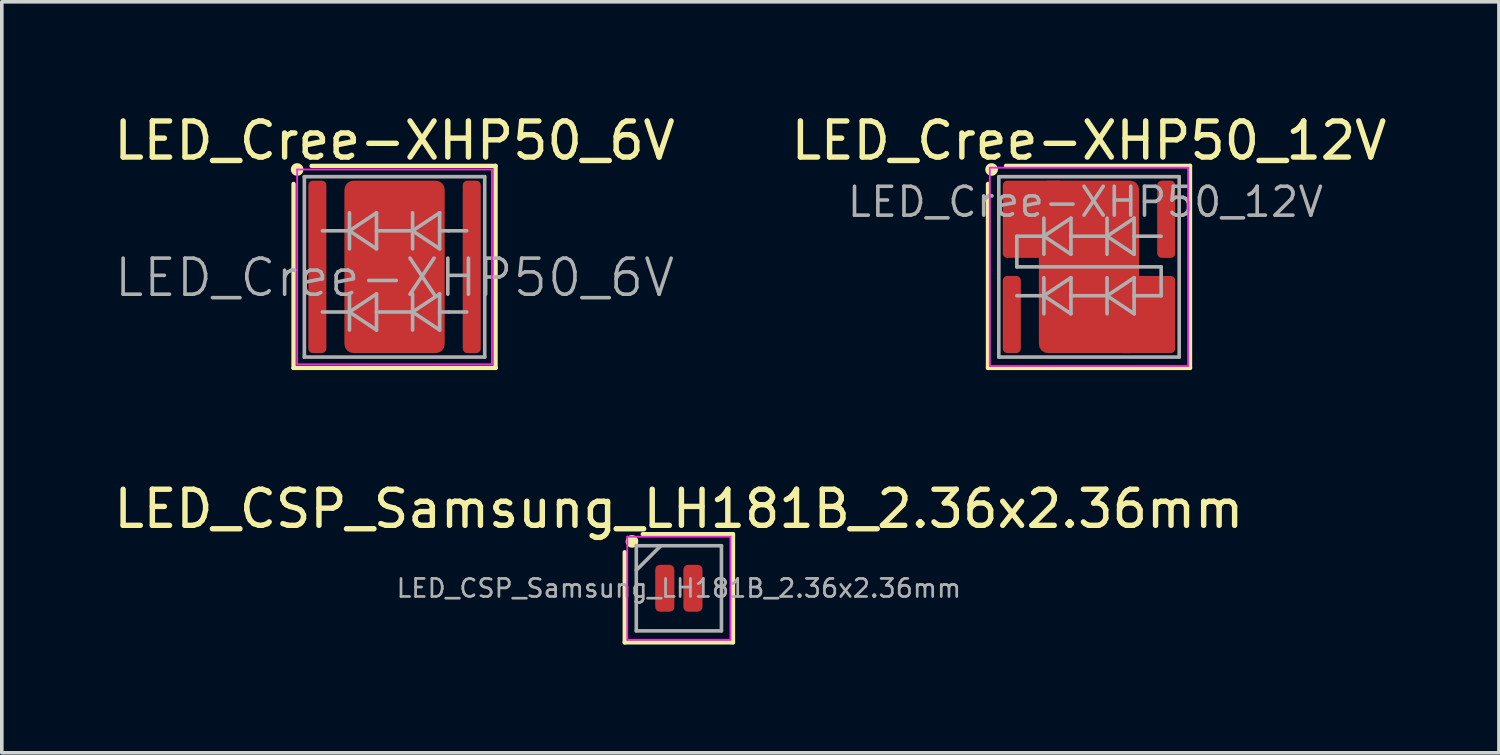
<source format=kicad_pcb>
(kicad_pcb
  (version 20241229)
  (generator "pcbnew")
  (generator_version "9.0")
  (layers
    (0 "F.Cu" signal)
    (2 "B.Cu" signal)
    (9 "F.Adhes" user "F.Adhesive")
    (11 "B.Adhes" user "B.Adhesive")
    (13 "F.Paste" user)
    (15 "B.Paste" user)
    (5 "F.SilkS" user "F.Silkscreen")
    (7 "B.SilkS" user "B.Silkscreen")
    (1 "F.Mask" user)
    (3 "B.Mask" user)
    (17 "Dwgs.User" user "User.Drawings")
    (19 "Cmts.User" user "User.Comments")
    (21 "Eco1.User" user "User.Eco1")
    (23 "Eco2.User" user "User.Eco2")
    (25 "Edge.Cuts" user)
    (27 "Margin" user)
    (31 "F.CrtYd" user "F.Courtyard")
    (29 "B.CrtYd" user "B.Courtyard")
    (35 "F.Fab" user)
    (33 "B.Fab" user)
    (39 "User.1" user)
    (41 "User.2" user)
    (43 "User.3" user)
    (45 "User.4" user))
  (footprint "LED_Cree-XHP50_6V"
    (layer "F.Cu")
    (at 7.887 4.348)
    (property "Reference" "LED_Cree-XHP50_6V" (at 0 -3.5 0) (layer "F.SilkS") (effects (font (size 1 1) (thickness 0.15))))
    (attr smd)
    (fp_line (start -2.8 -2.3) (end -2.8 2.8) (stroke (width 0.12) (type default)) (layer "F.SilkS"))
    (fp_line (start -2.8 2.8) (end 2.8 2.8) (stroke (width 0.12) (type default)) (layer "F.SilkS"))
    (fp_line (start 2.8 -2.8) (end -2.3 -2.8) (stroke (width 0.12) (type default)) (layer "F.SilkS"))
    (fp_line (start 2.8 2.8) (end 2.8 -2.8) (stroke (width 0.12) (type default)) (layer "F.SilkS"))
    (fp_circle (center -2.7 -2.7) (end -2.6 -2.7) (stroke (width 0.15) (type solid)) (fill yes) (layer "F.SilkS"))
    (fp_line (start -2.7 -2.7) (end -2.7 2.7) (stroke (width 0.05) (type solid)) (layer "F.CrtYd"))
    (fp_line (start -2.7 2.7) (end 2.7 2.7) (stroke (width 0.05) (type solid)) (layer "F.CrtYd"))
    (fp_line (start 2.7 -2.7) (end -2.7 -2.7) (stroke (width 0.05) (type solid)) (layer "F.CrtYd"))
    (fp_line (start 2.7 2.7) (end 2.7 -2.7) (stroke (width 0.05) (type solid)) (layer "F.CrtYd"))
    (fp_line (start -2.5 -2.5) (end 2.5 -2.5) (stroke (width 0.1) (type solid)) (layer "F.Fab"))
    (fp_line (start -2.5 2.5) (end -2.5 -2.5) (stroke (width 0.1) (type solid)) (layer "F.Fab"))
    (fp_line (start -2 -1) (end -1.25 -1) (stroke (width 0.1) (type solid)) (layer "F.Fab"))
    (fp_line (start -2 1.25) (end -1.25 1.25) (stroke (width 0.1) (type solid)) (layer "F.Fab"))
    (fp_line (start -1.25 -1) (end -1.25 -1.5) (stroke (width 0.1) (type solid)) (layer "F.Fab"))
    (fp_line (start -1.25 -1) (end -1.25 -0.5) (stroke (width 0.1) (type solid)) (layer "F.Fab"))
    (fp_line (start -1.25 -1) (end -0.5 -1.5) (stroke (width 0.1) (type solid)) (layer "F.Fab"))
    (fp_line (start -1.25 1.25) (end -1.25 0.75) (stroke (width 0.1) (type solid)) (layer "F.Fab"))
    (fp_line (start -1.25 1.25) (end -1.25 1.75) (stroke (width 0.1) (type solid)) (layer "F.Fab"))
    (fp_line (start -1.25 1.25) (end -0.5 0.75) (stroke (width 0.1) (type solid)) (layer "F.Fab"))
    (fp_line (start -0.5 -1.5) (end -0.5 -0.5) (stroke (width 0.1) (type solid)) (layer "F.Fab"))
    (fp_line (start -0.5 -0.5) (end -1.25 -1) (stroke (width 0.1) (type solid)) (layer "F.Fab"))
    (fp_line (start -0.5 0.75) (end -0.5 1.75) (stroke (width 0.1) (type solid)) (layer "F.Fab"))
    (fp_line (start -0.5 1.75) (end -1.25 1.25) (stroke (width 0.1) (type solid)) (layer "F.Fab"))
    (fp_line (start 0.5 -1.5) (end 0.5 -0.5) (stroke (width 0.1) (type solid)) (layer "F.Fab"))
    (fp_line (start 0.5 -1) (end -0.5 -1) (stroke (width 0.1) (type solid)) (layer "F.Fab"))
    (fp_line (start 0.5 -1) (end 1.25 -0.5) (stroke (width 0.1) (type solid)) (layer "F.Fab"))
    (fp_line (start 0.5 0.75) (end 0.5 1.75) (stroke (width 0.1) (type solid)) (layer "F.Fab"))
    (fp_line (start 0.5 1.25) (end -0.5 1.25) (stroke (width 0.1) (type solid)) (layer "F.Fab"))
    (fp_line (start 0.5 1.25) (end 1.25 1.75) (stroke (width 0.1) (type solid)) (layer "F.Fab"))
    (fp_line (start 1.25 -1.5) (end 0.5 -1) (stroke (width 0.1) (type solid)) (layer "F.Fab"))
    (fp_line (start 1.25 -1) (end 1.25 -1.5) (stroke (width 0.1) (type solid)) (layer "F.Fab"))
    (fp_line (start 1.25 -0.5) (end 1.25 -1) (stroke (width 0.1) (type solid)) (layer "F.Fab"))
    (fp_line (start 1.25 0.75) (end 0.5 1.25) (stroke (width 0.1) (type solid)) (layer "F.Fab"))
    (fp_line (start 1.25 1.25) (end 1.25 0.75) (stroke (width 0.1) (type solid)) (layer "F.Fab"))
    (fp_line (start 1.25 1.75) (end 1.25 1.25) (stroke (width 0.1) (type solid)) (layer "F.Fab"))
    (fp_line (start 1.5 -1) (end 1.25 -1) (stroke (width 0.1) (type solid)) (layer "F.Fab"))
    (fp_line (start 1.5 -1) (end 2 -1) (stroke (width 0.1) (type solid)) (layer "F.Fab"))
    (fp_line (start 1.5 1.25) (end 1.25 1.25) (stroke (width 0.1) (type solid)) (layer "F.Fab"))
    (fp_line (start 1.5 1.25) (end 2 1.25) (stroke (width 0.1) (type solid)) (layer "F.Fab"))
    (fp_line (start 2.5 -2.5) (end 2.5 2.5) (stroke (width 0.1) (type solid)) (layer "F.Fab"))
    (fp_line (start 2.5 2.5) (end -2.5 2.5) (stroke (width 0.1) (type solid)) (layer "F.Fab"))
    (fp_text user "${REFERENCE}" (at 0 0.3 0) (layer "F.Fab") (effects (font (size 1 1) (thickness 0.1))))
    (pad "" smd roundrect (at -2.138 -1.275) (size 0.425 2.05) (layers "F.Paste") (roundrect_rratio 0.25))
    (pad "" smd roundrect (at -2.138 1.275) (size 0.425 2.05) (layers "F.Paste") (roundrect_rratio 0.25))
    (pad "" smd roundrect (at -0.61 -1.575) (size 0.97 0.8) (layers "F.Paste") (roundrect_rratio 0.25))
    (pad "" smd roundrect (at -0.61 -0.525) (size 0.97 0.8) (layers "F.Paste") (roundrect_rratio 0.25))
    (pad "" smd roundrect (at -0.61 0.525) (size 0.97 0.8) (layers "F.Paste") (roundrect_rratio 0.25))
    (pad "" smd roundrect (at -0.61 1.575) (size 0.97 0.8) (layers "F.Paste") (roundrect_rratio 0.25))
    (pad "" smd roundrect (at 0.61 -1.575) (size 0.97 0.8) (layers "F.Paste") (roundrect_rratio 0.25))
    (pad "" smd roundrect (at 0.61 -0.525) (size 0.97 0.8) (layers "F.Paste") (roundrect_rratio 0.25))
    (pad "" smd roundrect (at 0.61 0.525) (size 0.97 0.8) (layers "F.Paste") (roundrect_rratio 0.25))
    (pad "" smd roundrect (at 0.61 1.575) (size 0.97 0.8) (layers "F.Paste") (roundrect_rratio 0.25))
    (pad "" smd roundrect (at 2.138 -1.275) (size 0.425 2.05) (layers "F.Paste") (roundrect_rratio 0.25))
    (pad "" smd roundrect (at 2.138 1.275) (size 0.425 2.05) (layers "F.Paste") (roundrect_rratio 0.25))
    (pad "1" smd roundrect (at -2.14 0) (size 0.5 4.78) (layers "F.Cu" "F.Mask") (roundrect_rratio 0.25))
    (pad "2" smd roundrect (at 2.14 0) (size 0.5 4.78) (layers "F.Cu" "F.Mask") (roundrect_rratio 0.25))
    (pad "3" smd roundrect (at 0 0) (size 2.78 4.78) (layers "F.Cu" "F.Mask") (roundrect_rratio 0.09)))
  (footprint "LED_Cree-XHP50_12V"
    (layer "F.Cu")
    (at 27.137 4.348)
    (property "Reference" "LED_Cree-XHP50_12V" (at 0 -3.5 0) (layer "F.SilkS") (effects (font (size 1 1) (thickness 0.15))))
    (attr smd)
    (fp_line (start -2.8 2.8) (end -2.8 -2.3) (stroke (width 0.12) (type default)) (layer "F.SilkS"))
    (fp_line (start -2.3 -2.8) (end 2.8 -2.8) (stroke (width 0.12) (type default)) (layer "F.SilkS"))
    (fp_line (start 2.8 -2.8) (end 2.8 2.8) (stroke (width 0.12) (type default)) (layer "F.SilkS"))
    (fp_line (start 2.8 2.8) (end -2.8 2.8) (stroke (width 0.12) (type default)) (layer "F.SilkS"))
    (fp_circle (center -2.7 -2.7) (end -2.6 -2.7) (stroke (width 0.15) (type solid)) (fill yes) (layer "F.SilkS"))
    (fp_line (start -2.75 -2.75) (end -2.75 2.75) (stroke (width 0.05) (type solid)) (layer "F.CrtYd"))
    (fp_line (start -2.75 2.75) (end 2.75 2.75) (stroke (width 0.05) (type solid)) (layer "F.CrtYd"))
    (fp_line (start 2.75 -2.75) (end -2.75 -2.75) (stroke (width 0.05) (type solid)) (layer "F.CrtYd"))
    (fp_line (start 2.75 2.75) (end 2.75 -2.75) (stroke (width 0.05) (type solid)) (layer "F.CrtYd"))
    (fp_line (start -2.5 -2.5) (end 2.5 -2.5) (stroke (width 0.1) (type solid)) (layer "F.Fab"))
    (fp_line (start -2.5 2.5) (end -2.5 -2.5) (stroke (width 0.1) (type solid)) (layer "F.Fab"))
    (fp_line (start -2 -0.85) (end -2 0) (stroke (width 0.1) (type solid)) (layer "F.Fab"))
    (fp_line (start -2 -0.85) (end -1.25 -0.85) (stroke (width 0.1) (type solid)) (layer "F.Fab"))
    (fp_line (start -2 0) (end 2 0) (stroke (width 0.1) (type solid)) (layer "F.Fab"))
    (fp_line (start -2 0.8) (end -1.25 0.8) (stroke (width 0.1) (type solid)) (layer "F.Fab"))
    (fp_line (start -1.25 -0.85) (end -1.25 -1.35) (stroke (width 0.1) (type solid)) (layer "F.Fab"))
    (fp_line (start -1.25 -0.85) (end -1.25 -0.35) (stroke (width 0.1) (type solid)) (layer "F.Fab"))
    (fp_line (start -1.25 -0.85) (end -0.5 -1.35) (stroke (width 0.1) (type solid)) (layer "F.Fab"))
    (fp_line (start -1.25 0.8) (end -1.25 0.3) (stroke (width 0.1) (type solid)) (layer "F.Fab"))
    (fp_line (start -1.25 0.8) (end -1.25 1.3) (stroke (width 0.1) (type solid)) (layer "F.Fab"))
    (fp_line (start -1.25 0.8) (end -0.5 0.3) (stroke (width 0.1) (type solid)) (layer "F.Fab"))
    (fp_line (start -0.5 -1.35) (end -0.5 -0.35) (stroke (width 0.1) (type solid)) (layer "F.Fab"))
    (fp_line (start -0.5 -0.85) (end 0.5 -0.85) (stroke (width 0.1) (type solid)) (layer "F.Fab"))
    (fp_line (start -0.5 -0.35) (end -1.25 -0.85) (stroke (width 0.1) (type solid)) (layer "F.Fab"))
    (fp_line (start -0.5 0.3) (end -0.5 1.3) (stroke (width 0.1) (type solid)) (layer "F.Fab"))
    (fp_line (start -0.5 0.8) (end 0.5 0.8) (stroke (width 0.1) (type solid)) (layer "F.Fab"))
    (fp_line (start -0.5 1.3) (end -1.25 0.8) (stroke (width 0.1) (type solid)) (layer "F.Fab"))
    (fp_line (start 0.5 -1.35) (end 0.5 -0.35) (stroke (width 0.1) (type solid)) (layer "F.Fab"))
    (fp_line (start 0.5 -0.85) (end 1.25 -0.35) (stroke (width 0.1) (type solid)) (layer "F.Fab"))
    (fp_line (start 0.5 0.3) (end 0.5 1.3) (stroke (width 0.1) (type solid)) (layer "F.Fab"))
    (fp_line (start 0.5 0.8) (end 1.25 1.3) (stroke (width 0.1) (type solid)) (layer "F.Fab"))
    (fp_line (start 1.25 -1.35) (end 0.5 -0.85) (stroke (width 0.1) (type solid)) (layer "F.Fab"))
    (fp_line (start 1.25 -0.85) (end 1.25 -1.35) (stroke (width 0.1) (type solid)) (layer "F.Fab"))
    (fp_line (start 1.25 -0.35) (end 1.25 -0.85) (stroke (width 0.1) (type solid)) (layer "F.Fab"))
    (fp_line (start 1.25 0.3) (end 0.5 0.8) (stroke (width 0.1) (type solid)) (layer "F.Fab"))
    (fp_line (start 1.25 0.3) (end 1.25 1.3) (stroke (width 0.1) (type solid)) (layer "F.Fab"))
    (fp_line (start 2 -0.85) (end 1.25 -0.85) (stroke (width 0.1) (type solid)) (layer "F.Fab"))
    (fp_line (start 2 0) (end 2 0.8) (stroke (width 0.1) (type solid)) (layer "F.Fab"))
    (fp_line (start 2 0.8) (end 1.25 0.8) (stroke (width 0.1) (type solid)) (layer "F.Fab"))
    (fp_line (start 2.5 -2.5) (end 2.5 2.5) (stroke (width 0.1) (type solid)) (layer "F.Fab"))
    (fp_line (start 2.5 2.5) (end -2.5 2.5) (stroke (width 0.1) (type solid)) (layer "F.Fab"))
    (fp_text user "${REFERENCE}" (at -0.1 -1.8 0) (layer "F.Fab") (effects (font (size 0.8 0.8) (thickness 0.1))))
    (pad "" smd roundrect (at -2.14 -1.32) (size 0.4 2.04) (layers "F.Paste") (roundrect_rratio 0.25))
    (pad "" smd roundrect (at -0.61 -1.575) (size 0.97 0.8) (layers "F.Paste") (roundrect_rratio 0.25))
    (pad "" smd roundrect (at -0.61 -0.525) (size 0.97 0.8) (layers "F.Paste") (roundrect_rratio 0.25))
    (pad "" smd roundrect (at -0.61 0.525) (size 0.97 0.8) (layers "F.Paste") (roundrect_rratio 0.25))
    (pad "" smd roundrect (at -0.61 1.575) (size 0.97 0.8) (layers "F.Paste") (roundrect_rratio 0.25))
    (pad "" smd roundrect (at 0.61 -1.575) (size 0.97 0.8) (layers "F.Paste") (roundrect_rratio 0.25))
    (pad "" smd roundrect (at 0.61 -0.525) (size 0.97 0.8) (layers "F.Paste") (roundrect_rratio 0.25))
    (pad "" smd roundrect (at 0.61 0.525) (size 0.97 0.8) (layers "F.Paste") (roundrect_rratio 0.25))
    (pad "" smd roundrect (at 0.61 1.575) (size 0.97 0.8) (layers "F.Paste") (roundrect_rratio 0.25))
    (pad "" smd roundrect (at 2.14 1.32) (size 0.4 2.04) (layers "F.Paste") (roundrect_rratio 0.25))
    (pad "1" smd roundrect (at -2.14 1.32) (size 0.5 2.14) (layers "F.Cu" "F.Mask" "F.Paste") (roundrect_rratio 0.25))
    (pad "2" smd roundrect (at 2.14 -1.32) (size 0.5 2.14) (layers "F.Cu" "F.Mask" "F.Paste") (roundrect_rratio 0.25))
    (pad "3" smd roundrect (at -1.545 -1.32) (size 1.69 2.14) (layers "F.Cu" "F.Mask") (roundrect_rratio 0.074))
    (pad "3" smd roundrect (at 0 0) (size 2.78 4.78) (layers "F.Cu" "F.Mask") (roundrect_rratio 0.09))
    (pad "3" smd roundrect (at 1.595 1.32) (size 1.59 2.14) (layers "F.Cu" "F.Mask") (roundrect_rratio 0.079)))
  (footprint "LED_CSP_Samsung_LH181B_2.36x2.36mm"
    (layer "F.Cu")
    (at 15.768 13.257)
    (property "Reference" "LED_CSP_Samsung_LH181B_2.36x2.36mm" (at 0 -2.2 0) (layer "F.SilkS") (effects (font (size 1 1) (thickness 0.15))))
    (attr smd)
    (fp_line (start -1.5 -1) (end -1.5 1.5) (stroke (width 0.12) (type default)) (layer "F.SilkS"))
    (fp_line (start -1.5 1.5) (end 1.5 1.5) (stroke (width 0.12) (type default)) (layer "F.SilkS"))
    (fp_line (start 1.5 -1.5) (end -1 -1.5) (stroke (width 0.12) (type default)) (layer "F.SilkS"))
    (fp_line (start 1.5 1.5) (end 1.5 -1.5) (stroke (width 0.12) (type default)) (layer "F.SilkS"))
    (fp_circle (center -1.3 -1.3) (end -1.2 -1.3) (stroke (width 0.15) (type solid)) (fill yes) (layer "F.SilkS"))
    (fp_line (start -1.43 -1.43) (end 1.43 -1.43) (stroke (width 0.05) (type solid)) (layer "F.CrtYd"))
    (fp_line (start -1.43 1.43) (end -1.43 -1.43) (stroke (width 0.05) (type solid)) (layer "F.CrtYd"))
    (fp_line (start 1.43 -1.43) (end 1.43 1.43) (stroke (width 0.05) (type solid)) (layer "F.CrtYd"))
    (fp_line (start 1.43 1.43) (end -1.43 1.43) (stroke (width 0.05) (type solid)) (layer "F.CrtYd"))
    (fp_line (start -1.18 -1.18) (end 1.18 -1.18) (stroke (width 0.1) (type solid)) (layer "F.Fab"))
    (fp_line (start -1.18 -0.5) (end -0.5 -1.18) (stroke (width 0.1) (type solid)) (layer "F.Fab"))
    (fp_line (start -1.18 1.18) (end -1.18 -1.18) (stroke (width 0.1) (type solid)) (layer "F.Fab"))
    (fp_line (start 1.18 -1.18) (end 1.18 1.18) (stroke (width 0.1) (type solid)) (layer "F.Fab"))
    (fp_line (start 1.18 1.18) (end -1.18 1.18) (stroke (width 0.1) (type solid)) (layer "F.Fab"))
    (fp_text user "${REFERENCE}" (at 0 0 0) (layer "F.Fab") (effects (font (size 0.5 0.5) (thickness 0.075))))
    (pad "1" smd roundrect (at -0.39 0 90) (size 1.3 0.53) (layers "F.Cu" "F.Mask" "F.Paste") (roundrect_rratio 0.25))
    (pad "2" smd roundrect (at 0.39 0 90) (size 1.3 0.53) (layers "F.Cu" "F.Mask" "F.Paste") (roundrect_rratio 0.25)))
  (gr_rect
    (start -3 -3)
    (end 38.5 17.817)
    (stroke (width 0.1) (type default))
    (fill no)
    (layer "Edge.Cuts")))
</source>
